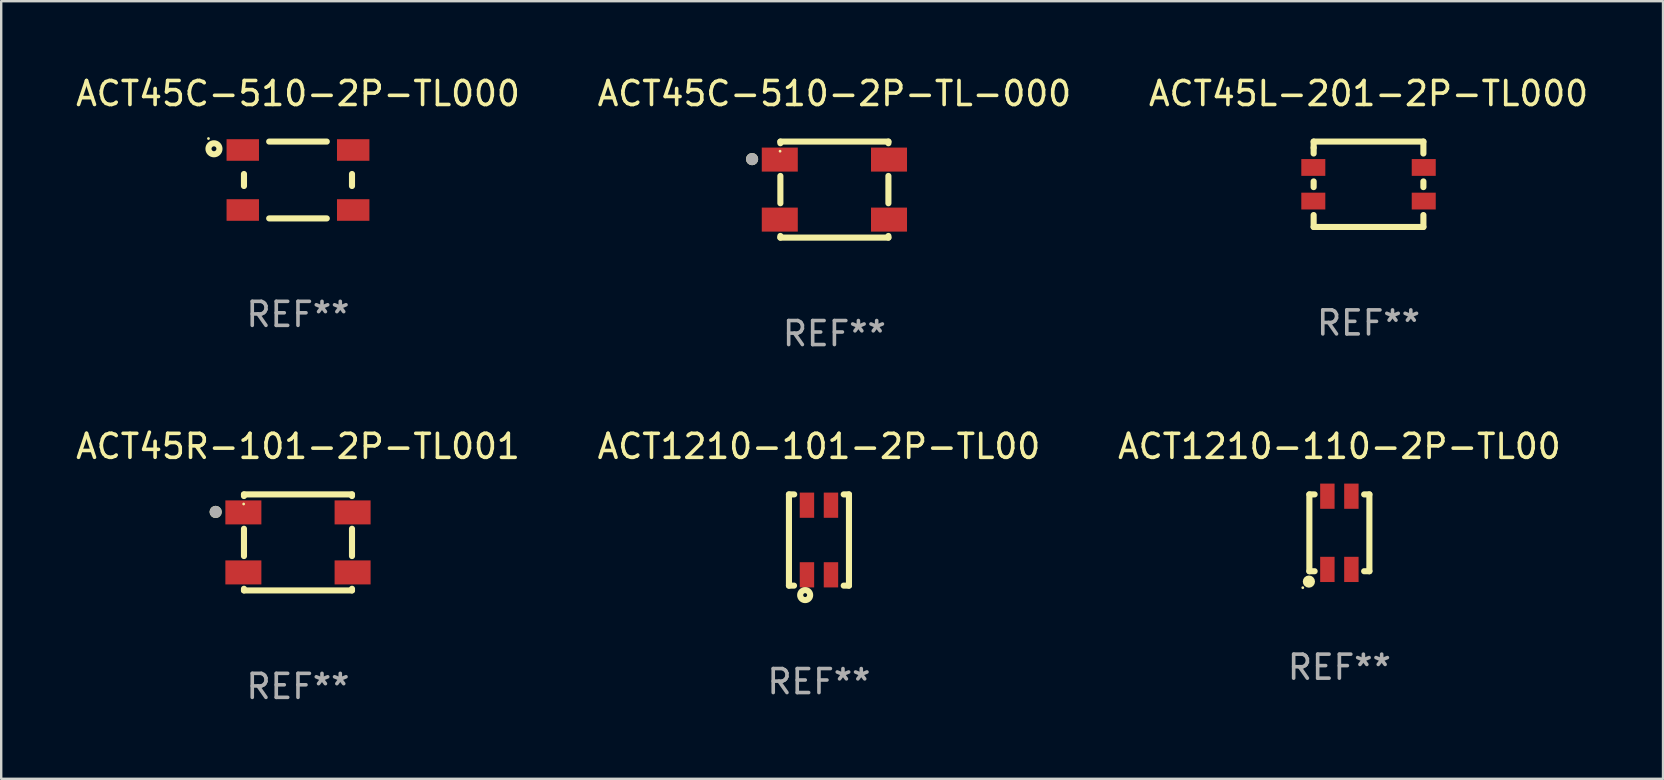
<source format=kicad_pcb>
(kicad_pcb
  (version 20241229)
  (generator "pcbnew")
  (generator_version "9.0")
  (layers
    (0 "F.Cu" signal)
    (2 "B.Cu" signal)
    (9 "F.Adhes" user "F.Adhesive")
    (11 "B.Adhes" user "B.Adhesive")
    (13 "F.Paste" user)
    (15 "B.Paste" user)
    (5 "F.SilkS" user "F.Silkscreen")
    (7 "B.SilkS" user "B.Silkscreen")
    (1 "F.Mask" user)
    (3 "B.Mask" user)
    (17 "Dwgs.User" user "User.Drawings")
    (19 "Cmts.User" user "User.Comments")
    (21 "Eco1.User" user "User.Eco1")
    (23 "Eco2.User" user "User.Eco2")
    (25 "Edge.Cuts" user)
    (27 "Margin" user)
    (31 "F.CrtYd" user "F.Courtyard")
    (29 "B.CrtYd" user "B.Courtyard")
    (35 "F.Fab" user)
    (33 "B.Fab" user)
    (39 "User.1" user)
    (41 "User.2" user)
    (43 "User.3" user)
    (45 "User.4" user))
  (footprint "ACT45R-101-2P-TL001"
    (layer "F.Cu")
    (at 9.363 19.545)
    (property "Reference" "ACT45R-101-2P-TL001" (at 0 -4 0) (layer "F.SilkS") (effects (font (size 1 1) (thickness 0.15))))
    (attr through_hole)
    (fp_line (start -2.25 -2) (end -2.25 -1.931) (stroke (width 0.254) (type solid)) (layer "F.SilkS"))
    (fp_line (start -2.25 -2) (end 2.25 -2) (stroke (width 0.254) (type solid)) (layer "F.SilkS"))
    (fp_line (start -2.25 -0.569) (end -2.25 0.569) (stroke (width 0.254) (type solid)) (layer "F.SilkS"))
    (fp_line (start -2.25 1.931) (end -2.25 2) (stroke (width 0.254) (type solid)) (layer "F.SilkS"))
    (fp_line (start -2.25 2) (end 2.25 2) (stroke (width 0.254) (type solid)) (layer "F.SilkS"))
    (fp_line (start 2.25 -2) (end 2.25 -1.931) (stroke (width 0.254) (type solid)) (layer "F.SilkS"))
    (fp_line (start 2.25 -0.569) (end 2.25 0.569) (stroke (width 0.254) (type solid)) (layer "F.SilkS"))
    (fp_line (start 2.25 1.931) (end 2.25 2) (stroke (width 0.254) (type solid)) (layer "F.SilkS"))
    (fp_circle (center -3.429 -1.27) (end -3.302 -1.27) (stroke (width 0.254) (type solid)) (fill no) (layer "F.SilkS"))
    (fp_circle (center -2.263 -1.6) (end -2.233 -1.6) (stroke (width 0.06) (type solid)) (fill no) (layer "F.SilkS"))
    (fp_circle (center -3.429 -1.27) (end -3.302 -1.27) (stroke (width 0.254) (type solid)) (fill no) (layer "F.Fab"))
    (fp_text user "REF**" (at 0 6 0) (layer "F.Fab") (effects (font (size 1 1) (thickness 0.15))))
    (pad "1" smd rect (at -2.275 -1.25) (size 1.5 1) (layers "F.Cu" "F.Mask" "F.Paste"))
    (pad "2" smd rect (at -2.275 1.25) (size 1.5 1) (layers "F.Cu" "F.Mask" "F.Paste"))
    (pad "3" smd rect (at 2.275 1.25) (size 1.5 1) (layers "F.Cu" "F.Mask" "F.Paste"))
    (pad "4" smd rect (at 2.275 -1.25) (size 1.5 1) (layers "F.Cu" "F.Mask" "F.Paste")))
  (footprint "ACT45C-510-2P-TL-000"
    (layer "F.Cu")
    (at 31.708 4.848)
    (property "Reference" "ACT45C-510-2P-TL-000" (at 0 -4 0) (layer "F.SilkS") (effects (font (size 1 1) (thickness 0.15))))
    (attr through_hole)
    (fp_line (start -2.25 -2) (end -2.25 -1.931) (stroke (width 0.254) (type solid)) (layer "F.SilkS"))
    (fp_line (start -2.25 -2) (end 2.25 -2) (stroke (width 0.254) (type solid)) (layer "F.SilkS"))
    (fp_line (start -2.25 -0.569) (end -2.25 0.569) (stroke (width 0.254) (type solid)) (layer "F.SilkS"))
    (fp_line (start -2.25 1.931) (end -2.25 2) (stroke (width 0.254) (type solid)) (layer "F.SilkS"))
    (fp_line (start -2.25 2) (end 2.25 2) (stroke (width 0.254) (type solid)) (layer "F.SilkS"))
    (fp_line (start 2.25 -2) (end 2.25 -1.931) (stroke (width 0.254) (type solid)) (layer "F.SilkS"))
    (fp_line (start 2.25 -0.569) (end 2.25 0.569) (stroke (width 0.254) (type solid)) (layer "F.SilkS"))
    (fp_line (start 2.25 1.931) (end 2.25 2) (stroke (width 0.254) (type solid)) (layer "F.SilkS"))
    (fp_circle (center -3.429 -1.27) (end -3.302 -1.27) (stroke (width 0.254) (type solid)) (fill no) (layer "F.SilkS"))
    (fp_circle (center -2.263 -1.6) (end -2.233 -1.6) (stroke (width 0.06) (type solid)) (fill no) (layer "F.SilkS"))
    (fp_circle (center -3.429 -1.27) (end -3.302 -1.27) (stroke (width 0.254) (type solid)) (fill no) (layer "F.Fab"))
    (fp_text user "REF**" (at 0 6 0) (layer "F.Fab") (effects (font (size 1 1) (thickness 0.15))))
    (pad "1" smd rect (at -2.275 -1.25) (size 1.5 1) (layers "F.Cu" "F.Mask" "F.Paste"))
    (pad "2" smd rect (at -2.275 1.25) (size 1.5 1) (layers "F.Cu" "F.Mask" "F.Paste"))
    (pad "3" smd rect (at 2.275 1.25) (size 1.5 1) (layers "F.Cu" "F.Mask" "F.Paste"))
    (pad "4" smd rect (at 2.275 -1.25) (size 1.5 1) (layers "F.Cu" "F.Mask" "F.Paste")))
  (footprint "ACT1210-101-2P-TL00"
    (layer "F.Cu")
    (at 31.065 19.445)
    (property "Reference" "ACT1210-101-2P-TL00" (at 0 -3.9 0) (layer "F.SilkS") (effects (font (size 1 1) (thickness 0.15))))
    (attr through_hole)
    (fp_line (start -1.25 -1.9) (end -1.031 -1.9) (stroke (width 0.254) (type solid)) (layer "F.SilkS"))
    (fp_line (start -1.25 1.9) (end -1.25 -1.9) (stroke (width 0.254) (type solid)) (layer "F.SilkS"))
    (fp_line (start -1.039 1.9) (end -1.25 1.9) (stroke (width 0.254) (type solid)) (layer "F.SilkS"))
    (fp_line (start 1.031 -1.9) (end 1.25 -1.9) (stroke (width 0.254) (type solid)) (layer "F.SilkS"))
    (fp_line (start 1.25 -1.9) (end 1.25 1.9) (stroke (width 0.254) (type solid)) (layer "F.SilkS"))
    (fp_line (start 1.25 1.9) (end 1.031 1.9) (stroke (width 0.254) (type solid)) (layer "F.SilkS"))
    (fp_circle (center -1.25 1.95) (end -1.22 1.95) (stroke (width 0.06) (type solid)) (fill no) (layer "F.SilkS"))
    (fp_circle (center -0.575 2.295) (end -0.494 2.295) (stroke (width 0.254) (type solid)) (fill no) (layer "F.SilkS"))
    (fp_text user "REF**" (at 0 5.9 0) (layer "F.Fab") (effects (font (size 1 1) (thickness 0.15))))
    (pad "1" smd rect (at -0.5 1.45 90) (size 1.05 0.6) (layers "F.Cu" "F.Mask" "F.Paste"))
    (pad "2" smd rect (at 0.5 1.45 90) (size 1.05 0.6) (layers "F.Cu" "F.Mask" "F.Paste"))
    (pad "3" smd rect (at 0.5 -1.45 90) (size 1.05 0.6) (layers "F.Cu" "F.Mask" "F.Paste"))
    (pad "4" smd rect (at -0.5 -1.45 90) (size 1.05 0.6) (layers "F.Cu" "F.Mask" "F.Paste")))
  (footprint "ACT45C-510-2P-TL000"
    (layer "F.Cu")
    (at 9.363 4.448)
    (property "Reference" "ACT45C-510-2P-TL000" (at 0 -3.6 0) (layer "F.SilkS") (effects (font (size 1 1) (thickness 0.15))))
    (attr through_hole)
    (fp_line (start -2.25 -0.25) (end -2.25 0.25) (stroke (width 0.254) (type solid)) (layer "F.SilkS"))
    (fp_line (start -1.2 -1.6) (end 1.2 -1.6) (stroke (width 0.254) (type solid)) (layer "F.SilkS"))
    (fp_line (start -1.2 1.6) (end 1.2 1.6) (stroke (width 0.254) (type solid)) (layer "F.SilkS"))
    (fp_line (start 2.25 -0.25) (end 2.25 0.25) (stroke (width 0.254) (type solid)) (layer "F.SilkS"))
    (fp_circle (center -3.729 -1.727) (end -3.699 -1.727) (stroke (width 0.06) (type solid)) (fill no) (layer "F.SilkS"))
    (fp_circle (center -3.5 -1.3) (end -3.398 -1.3) (stroke (width 0.254) (type solid)) (fill no) (layer "F.SilkS"))
    (fp_text user "REF**" (at 0 5.6 0) (layer "F.Fab") (effects (font (size 1 1) (thickness 0.15))))
    (pad "1" smd rect (at -2.3 -1.25) (size 1.35 0.9) (layers "F.Cu" "F.Mask" "F.Paste"))
    (pad "2" smd rect (at -2.3 1.25) (size 1.35 0.9) (layers "F.Cu" "F.Mask" "F.Paste"))
    (pad "3" smd rect (at 2.3 1.25) (size 1.35 0.9) (layers "F.Cu" "F.Mask" "F.Paste"))
    (pad "4" smd rect (at 2.3 -1.25) (size 1.35 0.9) (layers "F.Cu" "F.Mask" "F.Paste")))
  (footprint "ACT45L-201-2P-TL000"
    (layer "F.Cu")
    (at 53.958 4.626)
    (property "Reference" "ACT45L-201-2P-TL000" (at 0 -3.778 0) (layer "F.SilkS") (effects (font (size 1 1) (thickness 0.15))))
    (attr through_hole)
    (fp_line (start -2.286 -1.778) (end -2.286 -1.524) (stroke (width 0.254) (type solid)) (layer "F.SilkS"))
    (fp_line (start -2.286 -1.524) (end -2.286 -1.281) (stroke (width 0.254) (type solid)) (layer "F.SilkS"))
    (fp_line (start -2.286 -0.119) (end -2.286 0.119) (stroke (width 0.254) (type solid)) (layer "F.SilkS"))
    (fp_line (start -2.286 1.281) (end -2.286 1.778) (stroke (width 0.254) (type solid)) (layer "F.SilkS"))
    (fp_line (start -2.286 1.778) (end 2.286 1.778) (stroke (width 0.254) (type solid)) (layer "F.SilkS"))
    (fp_line (start 2.286 -1.778) (end -2.286 -1.778) (stroke (width 0.254) (type solid)) (layer "F.SilkS"))
    (fp_line (start 2.286 -1.281) (end 2.286 -1.778) (stroke (width 0.254) (type solid)) (layer "F.SilkS"))
    (fp_line (start 2.286 0.119) (end 2.286 -0.119) (stroke (width 0.254) (type solid)) (layer "F.SilkS"))
    (fp_line (start 2.286 1.778) (end 2.286 1.281) (stroke (width 0.254) (type solid)) (layer "F.SilkS"))
    (fp_circle (center 2.262 1.606) (end 2.292 1.606) (stroke (width 0.06) (type solid)) (fill no) (layer "F.SilkS"))
    (fp_text user "REF**" (at 0 5.778 0) (layer "F.Fab") (effects (font (size 1 1) (thickness 0.15))))
    (pad "1" smd rect (at 2.3 0.7) (size 1 0.7) (layers "F.Cu" "F.Mask" "F.Paste"))
    (pad "2" smd rect (at 2.3 -0.7) (size 1 0.7) (layers "F.Cu" "F.Mask" "F.Paste"))
    (pad "3" smd rect (at -2.3 -0.7) (size 1 0.7) (layers "F.Cu" "F.Mask" "F.Paste"))
    (pad "4" smd rect (at -2.3 0.7) (size 1 0.7) (layers "F.Cu" "F.Mask" "F.Paste")))
  (footprint "ACT1210-110-2P-TL00"
    (layer "F.Cu")
    (at 52.744 19.145)
    (property "Reference" "ACT1210-110-2P-TL00" (at 0 -3.6 0) (layer "F.SilkS") (effects (font (size 1 1) (thickness 0.15))))
    (attr through_hole)
    (fp_line (start -1.25 -1.6) (end -1.25 1.6) (stroke (width 0.254) (type solid)) (layer "F.SilkS"))
    (fp_line (start -1.25 -1.6) (end -1.031 -1.6) (stroke (width 0.254) (type solid)) (layer "F.SilkS"))
    (fp_line (start -1.25 1.6) (end -1.031 1.6) (stroke (width 0.254) (type solid)) (layer "F.SilkS"))
    (fp_line (start 1.031 -1.6) (end 1.25 -1.6) (stroke (width 0.254) (type solid)) (layer "F.SilkS"))
    (fp_line (start 1.031 1.6) (end 1.25 1.6) (stroke (width 0.254) (type solid)) (layer "F.SilkS"))
    (fp_line (start 1.25 -1.6) (end 1.25 1.6) (stroke (width 0.254) (type solid)) (layer "F.SilkS"))
    (fp_circle (center -1.524 2.286) (end -1.494 2.286) (stroke (width 0.06) (type solid)) (fill no) (layer "F.SilkS"))
    (fp_circle (center -1.27 2.032) (end -1.143 2.032) (stroke (width 0.254) (type solid)) (fill no) (layer "F.SilkS"))
    (fp_text user "REF**" (at 0 5.6 0) (layer "F.Fab") (effects (font (size 1 1) (thickness 0.15))))
    (pad "1" smd rect (at -0.5 1.525) (size 0.6 1.05) (layers "F.Cu" "F.Mask" "F.Paste"))
    (pad "2" smd rect (at 0.5 1.525) (size 0.6 1.05) (layers "F.Cu" "F.Mask" "F.Paste"))
    (pad "3" smd rect (at 0.5 -1.525 180) (size 0.6 1.05) (layers "F.Cu" "F.Mask" "F.Paste"))
    (pad "4" smd rect (at -0.5 -1.525 180) (size 0.6 1.05) (layers "F.Cu" "F.Mask" "F.Paste")))
  (gr_rect
    (start -3 -3)
    (end 66.226 29.393)
    (stroke (width 0.1) (type default))
    (fill no)
    (layer "Edge.Cuts")))
</source>
